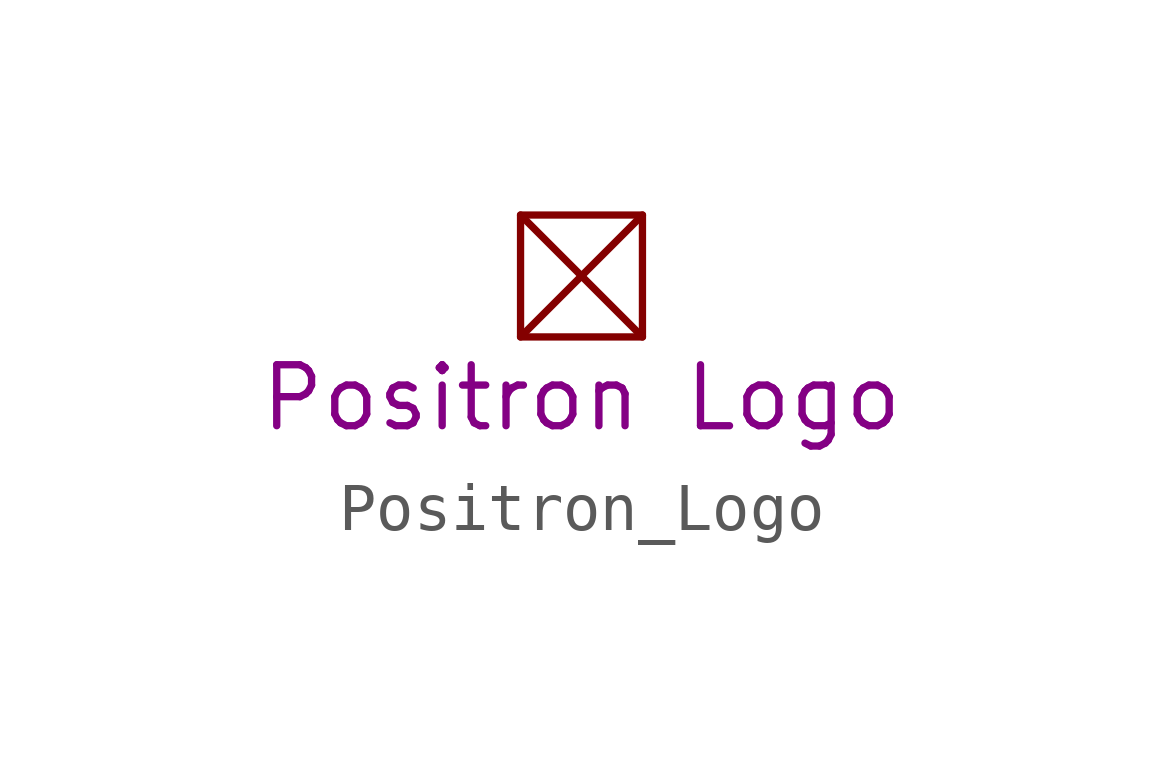
<source format=kicad_sym>
(kicad_symbol_lib
  (version 20241209)
  (generator "kicad_symbol_editor")
  (generator_version "9.0")
  (symbol "Positron_Logo"
    (property "Reference" "S"
      (at 0 2.54 0)
      (effects (font (size 1.27 1.27)) (hide yes)))
    (property "Description" "Positron Logo"
      (at 0 -2.54 0)
      (effects (font (size 1.27 1.27))))
    (symbol "Positron_Logo_0_1"
      (rectangle (start -1.27 1.27) (end 1.27 -1.27) (stroke (width 0) (type default)) (fill (type none)))
      (polyline (pts (xy -1.27 1.27) (xy 1.27 -1.27)) (stroke (width 0) (type default)) (fill (type none)))
      (polyline (pts (xy 1.27 1.27) (xy -1.27 -1.27)) (stroke (width 0) (type default)) (fill (type none))))))
</source>
